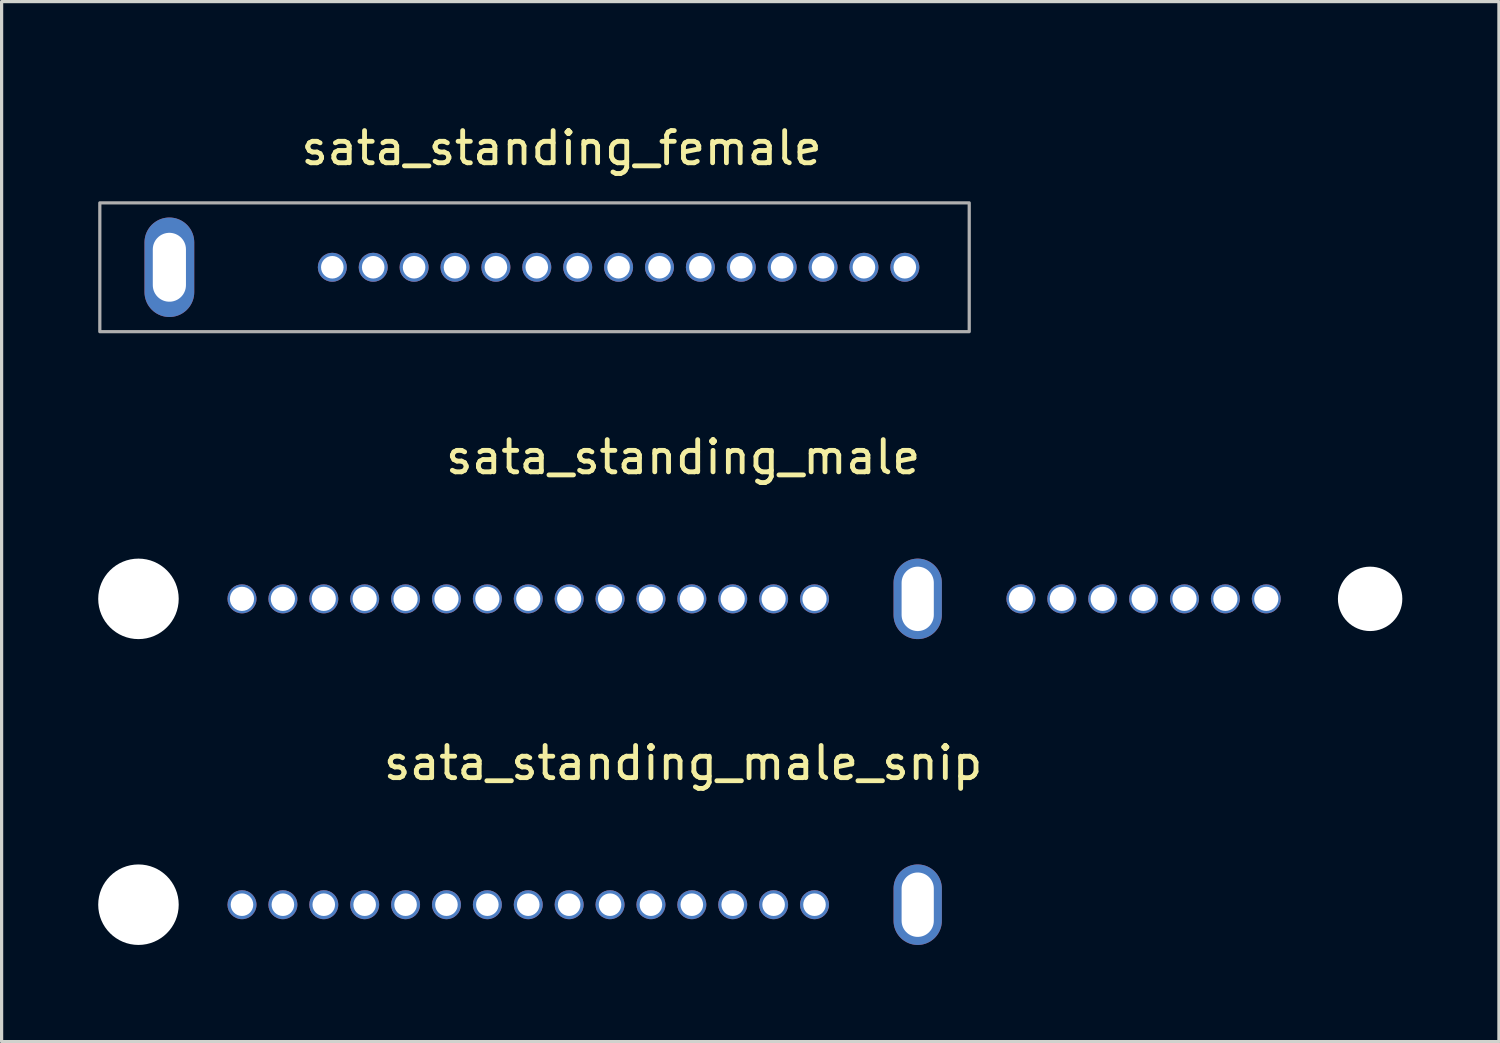
<source format=kicad_pcb>
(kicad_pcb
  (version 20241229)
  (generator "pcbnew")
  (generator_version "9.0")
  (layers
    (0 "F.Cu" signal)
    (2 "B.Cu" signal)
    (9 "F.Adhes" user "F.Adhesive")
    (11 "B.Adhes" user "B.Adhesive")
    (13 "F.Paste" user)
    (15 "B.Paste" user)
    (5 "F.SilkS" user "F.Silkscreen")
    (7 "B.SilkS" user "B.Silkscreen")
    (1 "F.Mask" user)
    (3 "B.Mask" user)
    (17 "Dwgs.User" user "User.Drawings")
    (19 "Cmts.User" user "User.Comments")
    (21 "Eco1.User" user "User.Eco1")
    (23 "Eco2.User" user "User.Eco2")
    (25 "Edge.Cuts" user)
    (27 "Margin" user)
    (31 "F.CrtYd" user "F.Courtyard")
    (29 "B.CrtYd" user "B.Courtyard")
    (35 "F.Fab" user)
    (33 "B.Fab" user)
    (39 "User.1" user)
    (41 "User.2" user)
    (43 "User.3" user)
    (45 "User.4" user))
  (footprint "sata_standing_male_snip"
    (layer "F.Cu")
    (at 18.165 21.146)
    (property "Reference" "sata_standing_male_snip" (at 0 -0.5 0) (unlocked yes) (layer "F.SilkS") (effects (font (size 1 1) (thickness 0.15))))
    (attr through_hole)
    (pad "" np_thru_hole circle (at -16.915 3.9) (size 2.5 2.5) (drill 2.5) (layers "*.Cu" "*.Mask"))
    (pad "P1" thru_hole circle (at 4.08 3.9) (size 0.9 0.9) (drill 0.7) (layers "*.Cu" "*.Mask"))
    (pad "P2" thru_hole circle (at 2.81 3.9) (size 0.9 0.9) (drill 0.7) (layers "*.Cu" "*.Mask"))
    (pad "P3" thru_hole circle (at 1.54 3.9) (size 0.9 0.9) (drill 0.7) (layers "*.Cu" "*.Mask"))
    (pad "P4" thru_hole circle (at 0.27 3.9) (size 0.9 0.9) (drill 0.7) (layers "*.Cu" "*.Mask"))
    (pad "P5" thru_hole circle (at -1 3.9) (size 0.9 0.9) (drill 0.7) (layers "*.Cu" "*.Mask"))
    (pad "P6" thru_hole circle (at -2.27 3.9) (size 0.9 0.9) (drill 0.7) (layers "*.Cu" "*.Mask"))
    (pad "P7" thru_hole circle (at -3.54 3.9) (size 0.9 0.9) (drill 0.7) (layers "*.Cu" "*.Mask"))
    (pad "P8" thru_hole circle (at -4.81 3.9) (size 0.9 0.9) (drill 0.7) (layers "*.Cu" "*.Mask"))
    (pad "P9" thru_hole circle (at -6.08 3.9) (size 0.9 0.9) (drill 0.7) (layers "*.Cu" "*.Mask"))
    (pad "P10" thru_hole circle (at -7.35 3.9) (size 0.9 0.9) (drill 0.7) (layers "*.Cu" "*.Mask"))
    (pad "P11" thru_hole circle (at -8.62 3.9) (size 0.9 0.9) (drill 0.7) (layers "*.Cu" "*.Mask"))
    (pad "P12" thru_hole circle (at -9.89 3.9) (size 0.9 0.9) (drill 0.7) (layers "*.Cu" "*.Mask"))
    (pad "P13" thru_hole circle (at -11.16 3.9) (size 0.9 0.9) (drill 0.7) (layers "*.Cu" "*.Mask"))
    (pad "P14" thru_hole circle (at -12.43 3.9) (size 0.9 0.9) (drill 0.7) (layers "*.Cu" "*.Mask"))
    (pad "P15" thru_hole circle (at -13.7 3.9) (size 0.9 0.9) (drill 0.7) (layers "*.Cu" "*.Mask"))
    (pad "SH" thru_hole oval (at 7.285 3.9) (size 1.5 2.5) (drill oval 1 2) (layers "*.Cu" "*.Mask")))
  (footprint "sata_standing_male"
    (layer "F.Cu")
    (at 18.165 11.648)
    (property "Reference" "sata_standing_male" (at 0 -0.5 0) (unlocked yes) (layer "F.SilkS") (effects (font (size 1 1) (thickness 0.15))))
    (attr through_hole)
    (pad "" np_thru_hole circle (at -16.915 3.9) (size 2.5 2.5) (drill 2.5) (layers "*.Cu" "*.Mask"))
    (pad "" np_thru_hole circle (at 21.335 3.9) (size 2 2) (drill 2) (layers "*.Cu" "*.Mask"))
    (pad "P1" thru_hole circle (at 4.08 3.9) (size 0.9 0.9) (drill 0.75) (layers "*.Cu" "*.Mask"))
    (pad "P2" thru_hole circle (at 2.81 3.9) (size 0.9 0.9) (drill 0.75) (layers "*.Cu" "*.Mask"))
    (pad "P3" thru_hole circle (at 1.54 3.9) (size 0.9 0.9) (drill 0.75) (layers "*.Cu" "*.Mask"))
    (pad "P4" thru_hole circle (at 0.27 3.9) (size 0.9 0.9) (drill 0.75) (layers "*.Cu" "*.Mask"))
    (pad "P5" thru_hole circle (at -1 3.9) (size 0.9 0.9) (drill 0.75) (layers "*.Cu" "*.Mask"))
    (pad "P6" thru_hole circle (at -2.27 3.9) (size 0.9 0.9) (drill 0.75) (layers "*.Cu" "*.Mask"))
    (pad "P7" thru_hole circle (at -3.54 3.9) (size 0.9 0.9) (drill 0.75) (layers "*.Cu" "*.Mask"))
    (pad "P8" thru_hole circle (at -4.81 3.9) (size 0.9 0.9) (drill 0.75) (layers "*.Cu" "*.Mask"))
    (pad "P9" thru_hole circle (at -6.08 3.9) (size 0.9 0.9) (drill 0.75) (layers "*.Cu" "*.Mask"))
    (pad "P10" thru_hole circle (at -7.35 3.9) (size 0.9 0.9) (drill 0.75) (layers "*.Cu" "*.Mask"))
    (pad "P11" thru_hole circle (at -8.62 3.9) (size 0.9 0.9) (drill 0.75) (layers "*.Cu" "*.Mask"))
    (pad "P12" thru_hole circle (at -9.89 3.9) (size 0.9 0.9) (drill 0.75) (layers "*.Cu" "*.Mask"))
    (pad "P13" thru_hole circle (at -11.16 3.9) (size 0.9 0.9) (drill 0.75) (layers "*.Cu" "*.Mask"))
    (pad "P14" thru_hole circle (at -12.43 3.9) (size 0.9 0.9) (drill 0.75) (layers "*.Cu" "*.Mask"))
    (pad "P15" thru_hole circle (at -13.7 3.9) (size 0.9 0.9) (drill 0.75) (layers "*.Cu" "*.Mask"))
    (pad "S1" thru_hole circle (at 10.49 3.9) (size 0.9 0.9) (drill 0.75) (layers "*.Cu" "*.Mask"))
    (pad "S1" thru_hole circle (at 11.76 3.9) (size 0.9 0.9) (drill 0.75) (layers "*.Cu" "*.Mask"))
    (pad "S1" thru_hole circle (at 13.03 3.9) (size 0.9 0.9) (drill 0.75) (layers "*.Cu" "*.Mask"))
    (pad "S1" thru_hole circle (at 14.3 3.9) (size 0.9 0.9) (drill 0.75) (layers "*.Cu" "*.Mask"))
    (pad "S1" thru_hole circle (at 15.57 3.9) (size 0.9 0.9) (drill 0.75) (layers "*.Cu" "*.Mask"))
    (pad "S1" thru_hole circle (at 16.84 3.9) (size 0.9 0.9) (drill 0.75) (layers "*.Cu" "*.Mask"))
    (pad "S1" thru_hole circle (at 18.11 3.9) (size 0.9 0.9) (drill 0.75) (layers "*.Cu" "*.Mask"))
    (pad "SH" thru_hole oval (at 7.285 3.9) (size 1.5 2.5) (drill oval 1 2) (layers "*.Cu" "*.Mask")))
  (footprint "sata_standing_female"
    (layer "F.Cu")
    (at 2.19 0.25)
    (property "Reference" "sata_standing_female" (at 12.2 1.3 0) (unlocked yes) (layer "F.SilkS") (effects (font (size 1 1) (thickness 0.15))))
    (attr through_hole)
    (fp_rect (start 24.86 3) (end -2.14 7) (stroke (width 0.1) (type default)) (fill no) (layer "F.Fab"))
    (pad "P1" thru_hole circle (at 22.86 5) (size 0.9 0.9) (drill 0.7) (layers "*.Cu" "*.Mask"))
    (pad "P2" thru_hole circle (at 21.59 5) (size 0.9 0.9) (drill 0.7) (layers "*.Cu" "*.Mask"))
    (pad "P3" thru_hole circle (at 20.32 5) (size 0.9 0.9) (drill 0.7) (layers "*.Cu" "*.Mask"))
    (pad "P4" thru_hole circle (at 19.05 5) (size 0.9 0.9) (drill 0.7) (layers "*.Cu" "*.Mask"))
    (pad "P5" thru_hole circle (at 17.78 5) (size 0.9 0.9) (drill 0.7) (layers "*.Cu" "*.Mask"))
    (pad "P6" thru_hole circle (at 16.51 5) (size 0.9 0.9) (drill 0.7) (layers "*.Cu" "*.Mask"))
    (pad "P7" thru_hole circle (at 15.24 5) (size 0.9 0.9) (drill 0.7) (layers "*.Cu" "*.Mask"))
    (pad "P8" thru_hole circle (at 13.97 5) (size 0.9 0.9) (drill 0.7) (layers "*.Cu" "*.Mask"))
    (pad "P9" thru_hole circle (at 12.7 5) (size 0.9 0.9) (drill 0.7) (layers "*.Cu" "*.Mask"))
    (pad "P10" thru_hole circle (at 11.43 5) (size 0.9 0.9) (drill 0.7) (layers "*.Cu" "*.Mask"))
    (pad "P11" thru_hole circle (at 10.16 5) (size 0.9 0.9) (drill 0.7) (layers "*.Cu" "*.Mask"))
    (pad "P12" thru_hole circle (at 8.89 5) (size 0.9 0.9) (drill 0.7) (layers "*.Cu" "*.Mask"))
    (pad "P13" thru_hole circle (at 7.62 5) (size 0.9 0.9) (drill 0.7) (layers "*.Cu" "*.Mask"))
    (pad "P14" thru_hole circle (at 6.35 5) (size 0.9 0.9) (drill 0.7) (layers "*.Cu" "*.Mask"))
    (pad "P15" thru_hole circle (at 5.08 5) (size 0.9 0.9) (drill 0.7) (layers "*.Cu" "*.Mask"))
    (pad "SH" thru_hole oval (at 0.02 5) (size 1.545 3.09) (drill oval 1.03 2.14) (layers "*.Cu" "*.Mask")))
  (gr_rect
    (start -3 -3)
    (end 43.5 29.297)
    (stroke (width 0.1) (type default))
    (fill no)
    (layer "Edge.Cuts")))
</source>
